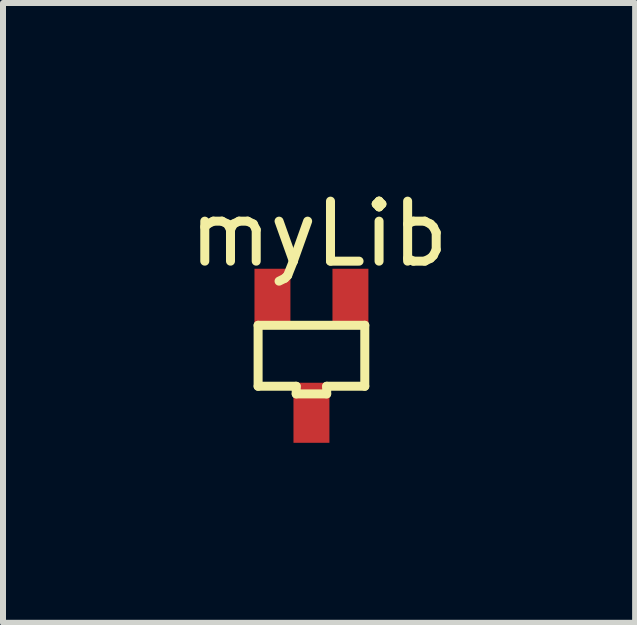
<source format=kicad_pcb>
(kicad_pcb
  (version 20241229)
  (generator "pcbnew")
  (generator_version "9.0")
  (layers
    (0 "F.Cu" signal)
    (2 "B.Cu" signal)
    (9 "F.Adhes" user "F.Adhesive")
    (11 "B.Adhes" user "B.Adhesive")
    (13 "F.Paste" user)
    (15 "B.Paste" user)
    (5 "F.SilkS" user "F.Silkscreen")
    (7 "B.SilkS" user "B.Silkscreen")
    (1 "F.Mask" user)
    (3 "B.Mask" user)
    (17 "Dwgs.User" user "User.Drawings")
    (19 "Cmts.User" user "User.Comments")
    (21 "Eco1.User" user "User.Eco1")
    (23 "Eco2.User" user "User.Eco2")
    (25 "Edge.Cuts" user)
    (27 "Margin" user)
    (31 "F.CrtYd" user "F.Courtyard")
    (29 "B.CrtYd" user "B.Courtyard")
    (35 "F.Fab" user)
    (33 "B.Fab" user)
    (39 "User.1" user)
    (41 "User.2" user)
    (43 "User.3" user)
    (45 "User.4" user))
  (footprint "myLib"
    (layer "F.Cu")
    (at 2.141 2.88)
    (property "Reference" "myLib" (at 0.127 -2.032 0) (layer "F.SilkS") (effects (font (size 1 1) (thickness 0.15))))
    (attr smd)
    (fp_line (start -0.889 -0.508) (end -0.889 0.508) (stroke (width 0.15) (type solid)) (layer "F.SilkS"))
    (fp_line (start -0.889 0.508) (end -0.254 0.508) (stroke (width 0.15) (type solid)) (layer "F.SilkS"))
    (fp_line (start -0.254 0.508) (end -0.254 0.635) (stroke (width 0.15) (type solid)) (layer "F.SilkS"))
    (fp_line (start -0.254 0.635) (end 0.254 0.635) (stroke (width 0.15) (type solid)) (layer "F.SilkS"))
    (fp_line (start 0.254 0.508) (end 0.889 0.508) (stroke (width 0.15) (type solid)) (layer "F.SilkS"))
    (fp_line (start 0.254 0.635) (end 0.254 0.508) (stroke (width 0.15) (type solid)) (layer "F.SilkS"))
    (fp_line (start 0.889 -0.508) (end -0.889 -0.508) (stroke (width 0.15) (type solid)) (layer "F.SilkS"))
    (fp_line (start 0.889 0.508) (end 0.889 -0.508) (stroke (width 0.15) (type solid)) (layer "F.SilkS"))
    (pad "1" smd rect (at 0.65 -0.95) (size 0.599 1.001) (layers "F.Cu" "F.Mask" "F.Paste"))
    (pad "2" smd rect (at -0.65 -0.95) (size 0.599 1.001) (layers "F.Cu" "F.Mask" "F.Paste"))
    (pad "3" smd rect (at 0 0.95) (size 0.599 1.001) (layers "F.Cu" "F.Mask" "F.Paste")))
  (gr_rect
    (start -3 -3)
    (end 7.536 7.331)
    (stroke (width 0.1) (type default))
    (fill no)
    (layer "Edge.Cuts")))
</source>
